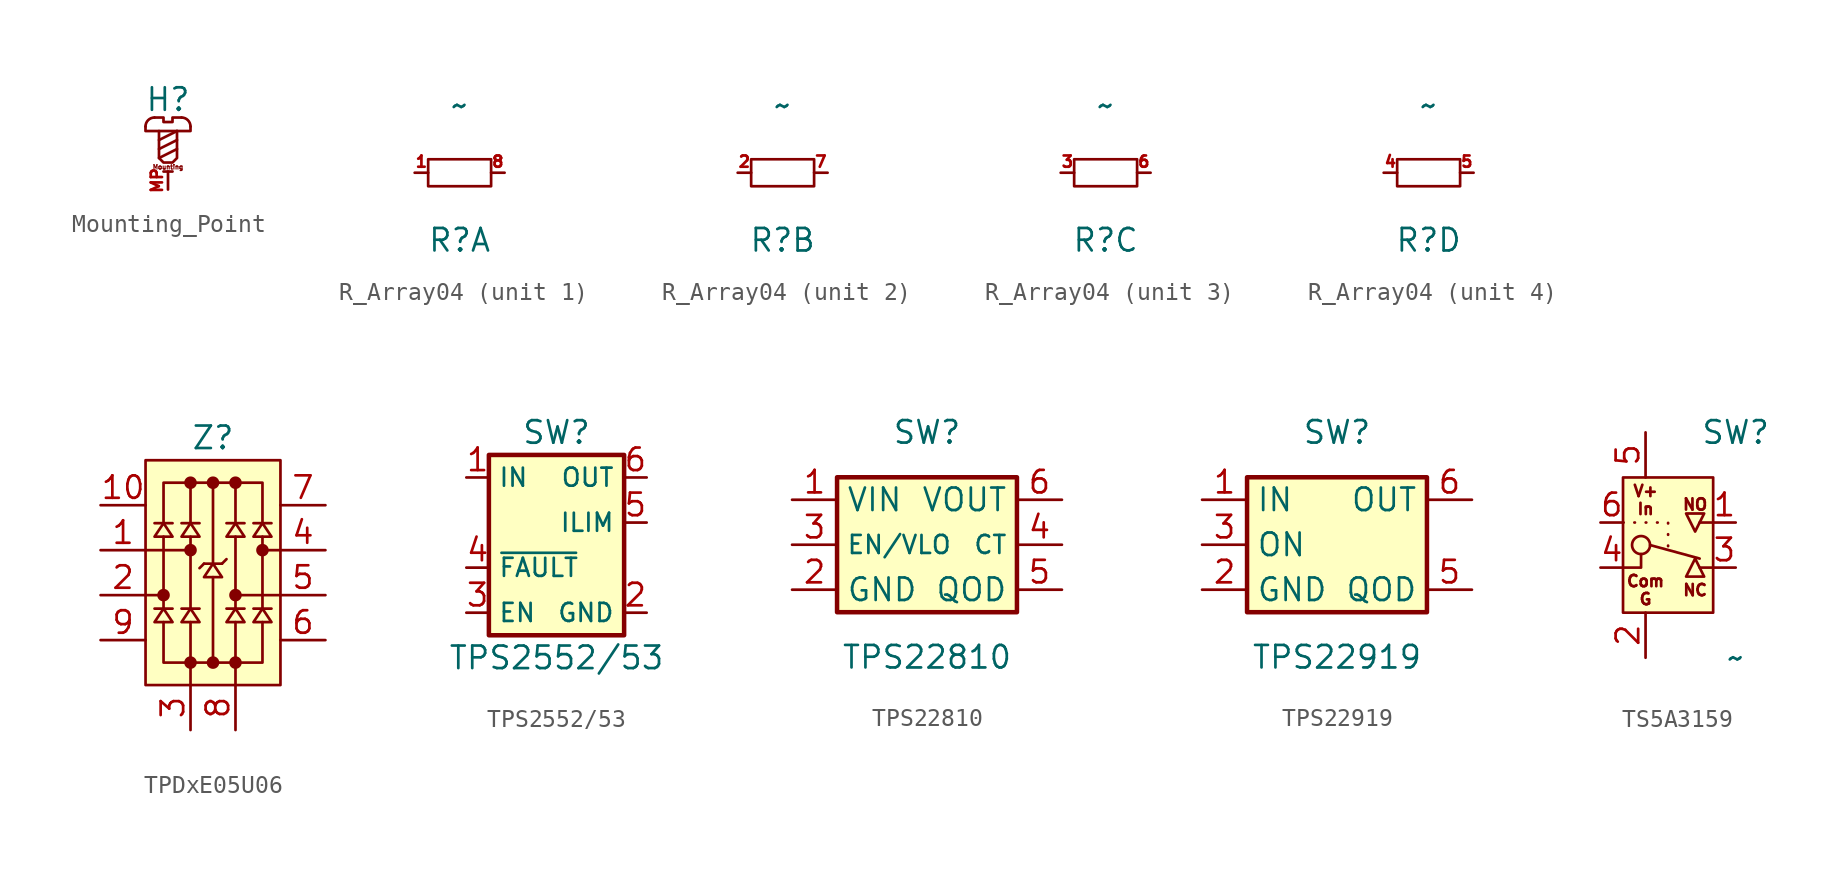
<source format=kicad_sym>
(kicad_symbol_lib
  (version 20241209)
  (generator "kicad_symbol_editor")
  (generator_version "9.0")
  (symbol "Mounting_Point"
    (property "Reference" "H"
      (at 0 2.54 0)
      (effects (font (size 1.27 1.27))))
    (property "Value" ""
      (at 0 0 0)
      (effects (font (size 1.27 1.27))))
    (symbol "Mounting_Point_0_1"
      (polyline (pts (xy -1.27 1.016) (xy -1.27 0.762) (xy 1.27 0.762) (xy 1.27 1.016)) (stroke (width 0) (type default)) (fill (type none)))
      (polyline (pts (xy -0.762 1.524) (xy -0.254 1.524) (xy -0.254 1.27) (xy 0.254 1.27) (xy 0.254 1.524) (xy 0.762 1.524)) (stroke (width 0) (type default)) (fill (type none)))
      (arc (start -1.27 1.016) (mid -1.1212 1.3752) (end -0.762 1.524) (stroke (width 0) (type default)) (fill (type none)))
      (polyline (pts (xy -0.254 -1.524) (xy 0.254 -1.524)) (stroke (width 0) (type default)) (fill (type none)))
      (polyline (pts (xy 0.508 0.762) (xy -0.508 0.254)) (stroke (width 0) (type default)) (fill (type none)))
      (polyline (pts (xy 0.508 0.762) (xy 0.508 -0.762) (xy 0.254 -1.016) (xy -0.254 -1.016) (xy -0.508 -0.762) (xy -0.508 0.762)) (stroke (width 0) (type default)) (fill (type none)))
      (polyline (pts (xy 0.508 0.254) (xy -0.508 -0.254)) (stroke (width 0) (type default)) (fill (type none)))
      (polyline (pts (xy 0.508 -0.254) (xy -0.508 -0.762)) (stroke (width 0) (type default)) (fill (type none)))
      (arc (start 0.762 1.524) (mid 1.1212 1.3752) (end 1.27 1.016) (stroke (width 0) (type default)) (fill (type none))))
    (symbol "Mounting_Point_1_1"
      (text "Mounting" (at 0 -1.27 0) (effects (font (size 0.254 0.254))))
      (pin passive line (at 0 -2.54 90) (length 1.016) (name "" (effects (font (size 1.27 1.27)))) (number "MP" (effects (font (size 0.635 0.635)))))))
  (symbol "R_Array04"
    (pin_names
      (offset 0))
    (property "Reference" "R"
      (at 0 -3.81 0)
      (effects (font (size 1.27 1.27))))
    (property "Value" "~"
      (at 0 3.81 0)
      (effects (font (size 1.27 1.27))))
    (symbol "R_Array04_0_1"
      (polyline (pts (xy -1.778 0.762) (xy -1.778 -0.762) (xy 1.778 -0.762) (xy 1.778 0.762) (xy -1.778 0.762)) (stroke (width 0) (type default)) (fill (type none))))
    (symbol "R_Array04_1_1"
      (pin free line (at -2.54 0 0) (length 0.762) (name "~" (effects (font (size 1.27 1.27)))) (number "1" (effects (font (size 0.635 0.635)))))
      (pin passive line (at 2.54 0 180) (length 0.762) (name "~" (effects (font (size 1.27 1.27)))) (number "8" (effects (font (size 0.635 0.635))))))
    (symbol "R_Array04_2_1"
      (pin free line (at -2.54 0 0) (length 0.762) (name "~" (effects (font (size 1.27 1.27)))) (number "2" (effects (font (size 0.635 0.635)))))
      (pin passive line (at 2.54 0 180) (length 0.762) (name "~" (effects (font (size 1.27 1.27)))) (number "7" (effects (font (size 0.635 0.635))))))
    (symbol "R_Array04_3_1"
      (pin free line (at -2.54 0 0) (length 0.762) (name "~" (effects (font (size 1.27 1.27)))) (number "3" (effects (font (size 0.635 0.635)))))
      (pin passive line (at 2.54 0 180) (length 0.762) (name "~" (effects (font (size 1.27 1.27)))) (number "6" (effects (font (size 0.635 0.635))))))
    (symbol "R_Array04_4_1"
      (pin free line (at -2.54 0 0) (length 0.762) (name "~" (effects (font (size 1.27 1.27)))) (number "4" (effects (font (size 0.635 0.635)))))
      (pin passive line (at 2.54 0 180) (length 0.762) (name "~" (effects (font (size 1.27 1.27)))) (number "5" (effects (font (size 0.635 0.635)))))))
  (symbol "TPDxE05U06"
    (property "Reference" "Z"
      (at 1.27 8.89 0)
      (effects (font (size 1.27 1.27))))
    (property "Value" ""
      (at 0 0 0)
      (effects (font (size 1.27 1.27))))
    (symbol "TPDxE05U06_0_1"
      (circle (center -1.524 0) (radius 0.279) (stroke (width 0) (type default)) (fill (type outline)))
      (circle (center 0 6.35) (radius 0.279) (stroke (width 0) (type default)) (fill (type outline)))
      (circle (center 0 2.54) (radius 0.279) (stroke (width 0) (type default)) (fill (type outline)))
      (circle (center 0 -3.81) (radius 0.279) (stroke (width 0) (type default)) (fill (type outline)))
      (circle (center 1.27 6.35) (radius 0.279) (stroke (width 0) (type default)) (fill (type outline)))
      (circle (center 1.27 -3.81) (radius 0.279) (stroke (width 0) (type default)) (fill (type outline)))
      (circle (center 2.54 6.35) (radius 0.279) (stroke (width 0) (type default)) (fill (type outline)))
      (circle (center 2.54 0) (radius 0.279) (stroke (width 0) (type default)) (fill (type outline)))
      (circle (center 2.54 -3.81) (radius 0.279) (stroke (width 0) (type default)) (fill (type outline)))
      (circle (center 4.064 2.54) (radius 0.279) (stroke (width 0) (type default)) (fill (type outline))))
    (symbol "TPDxE05U06_1_1"
      (rectangle (start -2.54 7.62) (end 5.08 -5.08) (stroke (width 0) (type solid)) (fill (type background)))
      (polyline (pts (xy -2.54 2.54) (xy 0 2.54)) (stroke (width 0) (type default)) (fill (type none)))
      (polyline (pts (xy -2.54 0) (xy -1.524 0)) (stroke (width 0) (type default)) (fill (type none)))
      (polyline (pts (xy -2.032 4.064) (xy -1.016 4.064)) (stroke (width 0) (type default)) (fill (type none)))
      (polyline (pts (xy -2.032 3.302) (xy -1.016 3.302) (xy -1.524 4.064) (xy -2.032 3.302)) (stroke (width 0) (type solid)) (fill (type none)))
      (polyline (pts (xy -2.032 -0.762) (xy -1.016 -0.762)) (stroke (width 0) (type default)) (fill (type none)))
      (polyline (pts (xy -2.032 -1.524) (xy -1.016 -1.524) (xy -1.524 -0.762) (xy -2.032 -1.524)) (stroke (width 0) (type solid)) (fill (type none)))
      (polyline (pts (xy -1.524 4.064) (xy -1.524 6.35) (xy 4.064 6.35) (xy 4.064 4.064)) (stroke (width 0) (type default)) (fill (type none)))
      (polyline (pts (xy -1.524 -0.762) (xy -1.524 3.302)) (stroke (width 0) (type default)) (fill (type none)))
      (polyline (pts (xy -0.508 4.064) (xy 0.508 4.064)) (stroke (width 0) (type default)) (fill (type none)))
      (polyline (pts (xy -0.508 3.302) (xy 0.508 3.302) (xy 0 4.064) (xy -0.508 3.302)) (stroke (width 0) (type solid)) (fill (type none)))
      (polyline (pts (xy -0.508 -0.762) (xy 0.508 -0.762)) (stroke (width 0) (type default)) (fill (type none)))
      (polyline (pts (xy -0.508 -1.524) (xy 0.508 -1.524) (xy 0 -0.762) (xy -0.508 -1.524)) (stroke (width 0) (type solid)) (fill (type none)))
      (polyline (pts (xy 0 6.35) (xy 0 4.064)) (stroke (width 0) (type default)) (fill (type none)))
      (polyline (pts (xy 0 3.302) (xy 0 -0.762)) (stroke (width 0) (type default)) (fill (type none)))
      (polyline (pts (xy 0 -1.524) (xy 0 -3.81)) (stroke (width 0) (type default)) (fill (type none)))
      (polyline (pts (xy 0 -3.81) (xy 0 -5.08)) (stroke (width 0) (type default)) (fill (type none)))
      (polyline (pts (xy 0.762 1.778) (xy 0.508 1.524)) (stroke (width 0) (type default)) (fill (type none)))
      (polyline (pts (xy 0.762 1.778) (xy 1.778 1.778)) (stroke (width 0) (type default)) (fill (type none)))
      (polyline (pts (xy 0.762 1.016) (xy 1.778 1.016) (xy 1.27 1.778) (xy 0.762 1.016)) (stroke (width 0) (type solid)) (fill (type none)))
      (polyline (pts (xy 1.27 6.35) (xy 1.27 1.778)) (stroke (width 0) (type default)) (fill (type none)))
      (polyline (pts (xy 1.27 -3.81) (xy 1.27 1.016)) (stroke (width 0) (type default)) (fill (type none)))
      (polyline (pts (xy 1.778 1.778) (xy 2.032 2.032)) (stroke (width 0) (type default)) (fill (type none)))
      (polyline (pts (xy 2.032 4.064) (xy 3.048 4.064)) (stroke (width 0) (type default)) (fill (type none)))
      (polyline (pts (xy 2.032 3.302) (xy 3.048 3.302) (xy 2.54 4.064) (xy 2.032 3.302)) (stroke (width 0) (type solid)) (fill (type none)))
      (polyline (pts (xy 2.032 -0.762) (xy 3.048 -0.762)) (stroke (width 0) (type default)) (fill (type none)))
      (polyline (pts (xy 2.032 -1.524) (xy 3.048 -1.524) (xy 2.54 -0.762) (xy 2.032 -1.524)) (stroke (width 0) (type solid)) (fill (type none)))
      (polyline (pts (xy 2.54 6.35) (xy 2.54 4.064)) (stroke (width 0) (type default)) (fill (type none)))
      (polyline (pts (xy 2.54 3.302) (xy 2.54 -0.762)) (stroke (width 0) (type default)) (fill (type none)))
      (polyline (pts (xy 2.54 0) (xy 5.08 0)) (stroke (width 0) (type default)) (fill (type none)))
      (polyline (pts (xy 2.54 -1.524) (xy 2.54 -3.81)) (stroke (width 0) (type default)) (fill (type none)))
      (polyline (pts (xy 2.54 -3.81) (xy 2.54 -5.08)) (stroke (width 0) (type default)) (fill (type none)))
      (polyline (pts (xy 3.556 4.064) (xy 4.572 4.064)) (stroke (width 0) (type default)) (fill (type none)))
      (polyline (pts (xy 3.556 3.302) (xy 4.572 3.302) (xy 4.064 4.064) (xy 3.556 3.302)) (stroke (width 0) (type solid)) (fill (type none)))
      (polyline (pts (xy 3.556 -0.762) (xy 4.572 -0.762)) (stroke (width 0) (type default)) (fill (type none)))
      (polyline (pts (xy 3.556 -1.524) (xy 4.572 -1.524) (xy 4.064 -0.762) (xy 3.556 -1.524)) (stroke (width 0) (type solid)) (fill (type none)))
      (polyline (pts (xy 4.064 3.302) (xy 4.064 -0.762)) (stroke (width 0) (type default)) (fill (type none)))
      (polyline (pts (xy 4.064 2.54) (xy 5.08 2.54)) (stroke (width 0) (type default)) (fill (type none)))
      (polyline (pts (xy 4.064 -1.524) (xy 4.064 -3.81) (xy -1.524 -3.81) (xy -1.524 -1.524)) (stroke (width 0) (type default)) (fill (type none)))
      (pin passive line (at -5.08 5.08 0) (length 2.54) (name "" (effects (font (size 1.27 1.27)))) (number "10" (effects (font (size 1.27 1.27)))))
      (pin bidirectional line (at -5.08 2.54 0) (length 2.54) (name "" (effects (font (size 1.27 1.27)))) (number "1" (effects (font (size 1.27 1.27)))))
      (pin bidirectional line (at -5.08 0 0) (length 2.54) (name "" (effects (font (size 1.27 1.27)))) (number "2" (effects (font (size 1.27 1.27)))))
      (pin passive line (at -5.08 -2.54 0) (length 2.54) (name "" (effects (font (size 1.27 1.27)))) (number "9" (effects (font (size 1.27 1.27)))))
      (pin power_in line (at 0 -7.62 90) (length 2.54) (name "" (effects (font (size 1.27 1.27)))) (number "3" (effects (font (size 1.27 1.27)))))
      (pin power_in line (at 2.54 -7.62 90) (length 2.54) (name "" (effects (font (size 1.27 1.27)))) (number "8" (effects (font (size 1.27 1.27)))))
      (pin passive line (at 7.62 5.08 180) (length 2.54) (name "" (effects (font (size 1.27 1.27)))) (number "7" (effects (font (size 1.27 1.27)))))
      (pin bidirectional line (at 7.62 2.54 180) (length 2.54) (name "" (effects (font (size 1.27 1.27)))) (number "4" (effects (font (size 1.27 1.27)))))
      (pin bidirectional line (at 7.62 0 180) (length 2.54) (name "" (effects (font (size 1.27 1.27)))) (number "5" (effects (font (size 1.27 1.27)))))
      (pin passive line (at 7.62 -2.54 180) (length 2.54) (name "" (effects (font (size 1.27 1.27)))) (number "6" (effects (font (size 1.27 1.27)))))))
  (symbol "TPS2552/53"
    (property "Reference" "SW"
      (at 0 5.08 0)
      (effects (font (size 1.27 1.27))))
    (property "Value" "TPS2552/53"
      (at 0 -7.62 0)
      (effects (font (size 1.27 1.27))))
    (symbol "TPS2552/53_1_1"
      (rectangle (start -3.81 3.81) (end 3.81 -6.35) (stroke (width 0.254) (type solid)) (fill (type background)))
      (pin input line (at -5.08 2.54 0) (length 1.27) (name "IN" (effects (font (size 1.016 1.016)))) (number "1" (effects (font (size 1.27 1.27)))))
      (pin input line (at -5.08 -2.54 0) (length 1.27) (name "~{FAULT}" (effects (font (size 1.016 1.016)))) (number "4" (effects (font (size 1.27 1.27)))))
      (pin input line (at -5.08 -5.08 0) (length 1.27) (name "EN" (effects (font (size 1.016 1.016)))) (number "3" (effects (font (size 1.27 1.27)))))
      (pin input line (at 5.08 2.54 180) (length 1.27) (name "OUT" (effects (font (size 1.016 1.016)))) (number "6" (effects (font (size 1.27 1.27)))))
      (pin input line (at 5.08 0 180) (length 1.27) (name "ILIM" (effects (font (size 1.016 1.016)))) (number "5" (effects (font (size 1.27 1.27)))))
      (pin input line (at 5.08 -5.08 180) (length 1.27) (name "GND" (effects (font (size 1.016 1.016)))) (number "2" (effects (font (size 1.27 1.27)))))))
  (symbol "TPS22810"
    (property "Reference" "SW"
      (at 0 6.35 0)
      (effects (font (size 1.27 1.27))))
    (property "Value" "TPS22810"
      (at 0 -6.35 0)
      (effects (font (size 1.27 1.27))))
    (symbol "TPS22810_1_1"
      (rectangle (start -5.08 3.81) (end 5.08 -3.81) (stroke (width 0.254) (type solid)) (fill (type background)))
      (pin input line (at -7.62 2.54 0) (length 2.54) (name "VIN" (effects (font (size 1.27 1.27)))) (number "1" (effects (font (size 1.27 1.27)))))
      (pin input line (at -7.62 0 0) (length 2.54) (name "EN/VLO" (effects (font (size 1.016 1.016)))) (number "3" (effects (font (size 1.27 1.27)))))
      (pin input line (at -7.62 -2.54 0) (length 2.54) (name "GND" (effects (font (size 1.27 1.27)))) (number "2" (effects (font (size 1.27 1.27)))))
      (pin output line (at 7.62 2.54 180) (length 2.54) (name "VOUT" (effects (font (size 1.27 1.27)))) (number "6" (effects (font (size 1.27 1.27)))))
      (pin bidirectional line (at 7.62 0 180) (length 2.54) (name "CT" (effects (font (size 1.016 1.016)))) (number "4" (effects (font (size 1.27 1.27)))))
      (pin bidirectional line (at 7.62 -2.54 180) (length 2.54) (name "QOD" (effects (font (size 1.27 1.27)))) (number "5" (effects (font (size 1.27 1.27)))))))
  (symbol "TPS22919"
    (property "Reference" "SW"
      (at 0 6.35 0)
      (effects (font (size 1.27 1.27))))
    (property "Value" "TPS22919"
      (at 0 -6.35 0)
      (effects (font (size 1.27 1.27))))
    (symbol "TPS22919_1_1"
      (rectangle (start -5.08 3.81) (end 5.08 -3.81) (stroke (width 0.254) (type solid)) (fill (type background)))
      (pin input line (at -7.62 2.54 0) (length 2.54) (name "IN" (effects (font (size 1.27 1.27)))) (number "1" (effects (font (size 1.27 1.27)))))
      (pin input line (at -7.62 0 0) (length 2.54) (name "ON" (effects (font (size 1.27 1.27)))) (number "3" (effects (font (size 1.27 1.27)))))
      (pin input line (at -7.62 -2.54 0) (length 2.54) (name "GND" (effects (font (size 1.27 1.27)))) (number "2" (effects (font (size 1.27 1.27)))))
      (pin input line (at 7.62 2.54 180) (length 2.54) (name "OUT" (effects (font (size 1.27 1.27)))) (number "6" (effects (font (size 1.27 1.27)))))
      (pin no_connect line (at 7.62 0 180) (length 2.54) (hide yes) (name "N/C" (effects (font (size 1.016 1.016)))) (number "4" (effects (font (size 1.27 1.27)))))
      (pin input line (at 7.62 -2.54 180) (length 2.54) (name "QOD" (effects (font (size 1.27 1.27)))) (number "5" (effects (font (size 1.27 1.27)))))))
  (symbol "TS5A3159"
    (pin_names
      (offset 0)
      (hide yes))
    (property "Reference" "SW"
      (at 5.08 5.08 0)
      (effects (font (size 1.27 1.27))))
    (property "Value" "~"
      (at 5.08 -7.62 0)
      (effects (font (size 1.27 1.27))))
    (symbol "TS5A3159_0_1"
      (polyline (pts (xy -1.27 -2.54) (xy -0.254 -2.54) (xy -0.254 -1.778)) (stroke (width 0) (type default)) (fill (type none)))
      (circle (center -0.254 -1.27) (radius 0.508) (stroke (width 0) (type default)) (fill (type none)))
      (polyline (pts (xy 0.254 -1.27) (xy 3.048 -2.032)) (stroke (width 0) (type default)) (fill (type none)))
      (polyline (pts (xy 2.794 -0.508) (xy 3.302 0.508) (xy 2.286 0.508) (xy 2.794 -0.508)) (stroke (width 0) (type default)) (fill (type none)))
      (polyline (pts (xy 2.794 -2.032) (xy 3.302 -3.048) (xy 2.286 -3.048) (xy 2.794 -2.032)) (stroke (width 0) (type default)) (fill (type none)))
      (polyline (pts (xy 3.81 0) (xy 3.048 0)) (stroke (width 0) (type default)) (fill (type none)))
      (polyline (pts (xy 3.81 -2.54) (xy 3.048 -2.54)) (stroke (width 0) (type default)) (fill (type none))))
    (symbol "TS5A3159_1_1"
      (rectangle (start -1.27 2.54) (end 3.81 -5.08) (stroke (width 0) (type solid)) (fill (type background)))
      (polyline (pts (xy -1.27 0) (xy 1.27 0) (xy 1.27 -1.524)) (stroke (width 0) (type dot)) (fill (type none)))
      (text "V+" (at 0 1.778 0) (effects (font (size 0.635 0.635))))
      (text "In" (at 0 0.762 0) (effects (font (size 0.635 0.635))))
      (text "Com" (at 0 -3.302 0) (effects (font (size 0.635 0.635))))
      (text "G" (at 0 -4.318 0) (effects (font (size 0.635 0.635))))
      (text "NO" (at 2.794 1.016 0) (effects (font (size 0.635 0.635))))
      (text "NC" (at 2.794 -3.81 0) (effects (font (size 0.635 0.635))))
      (pin passive line (at -2.54 0 0) (length 1.27) (name "IN" (effects (font (size 1.27 1.27)))) (number "6" (effects (font (size 1.27 1.27)))))
      (pin passive line (at -2.54 -2.54 0) (length 1.27) (name "COM" (effects (font (size 1.27 1.27)))) (number "4" (effects (font (size 1.27 1.27)))))
      (pin passive line (at 0 5.08 270) (length 2.54) (name "V+" (effects (font (size 1.27 1.27)))) (number "5" (effects (font (size 1.27 1.27)))))
      (pin passive line (at 0 -7.62 90) (length 2.54) (name "GND" (effects (font (size 1.27 1.27)))) (number "2" (effects (font (size 1.27 1.27)))))
      (pin passive line (at 5.08 0 180) (length 1.27) (name "NO" (effects (font (size 1.27 1.27)))) (number "1" (effects (font (size 1.27 1.27)))))
      (pin passive line (at 5.08 -2.54 180) (length 1.27) (name "NC" (effects (font (size 1.27 1.27)))) (number "3" (effects (font (size 1.27 1.27))))))))
</source>
